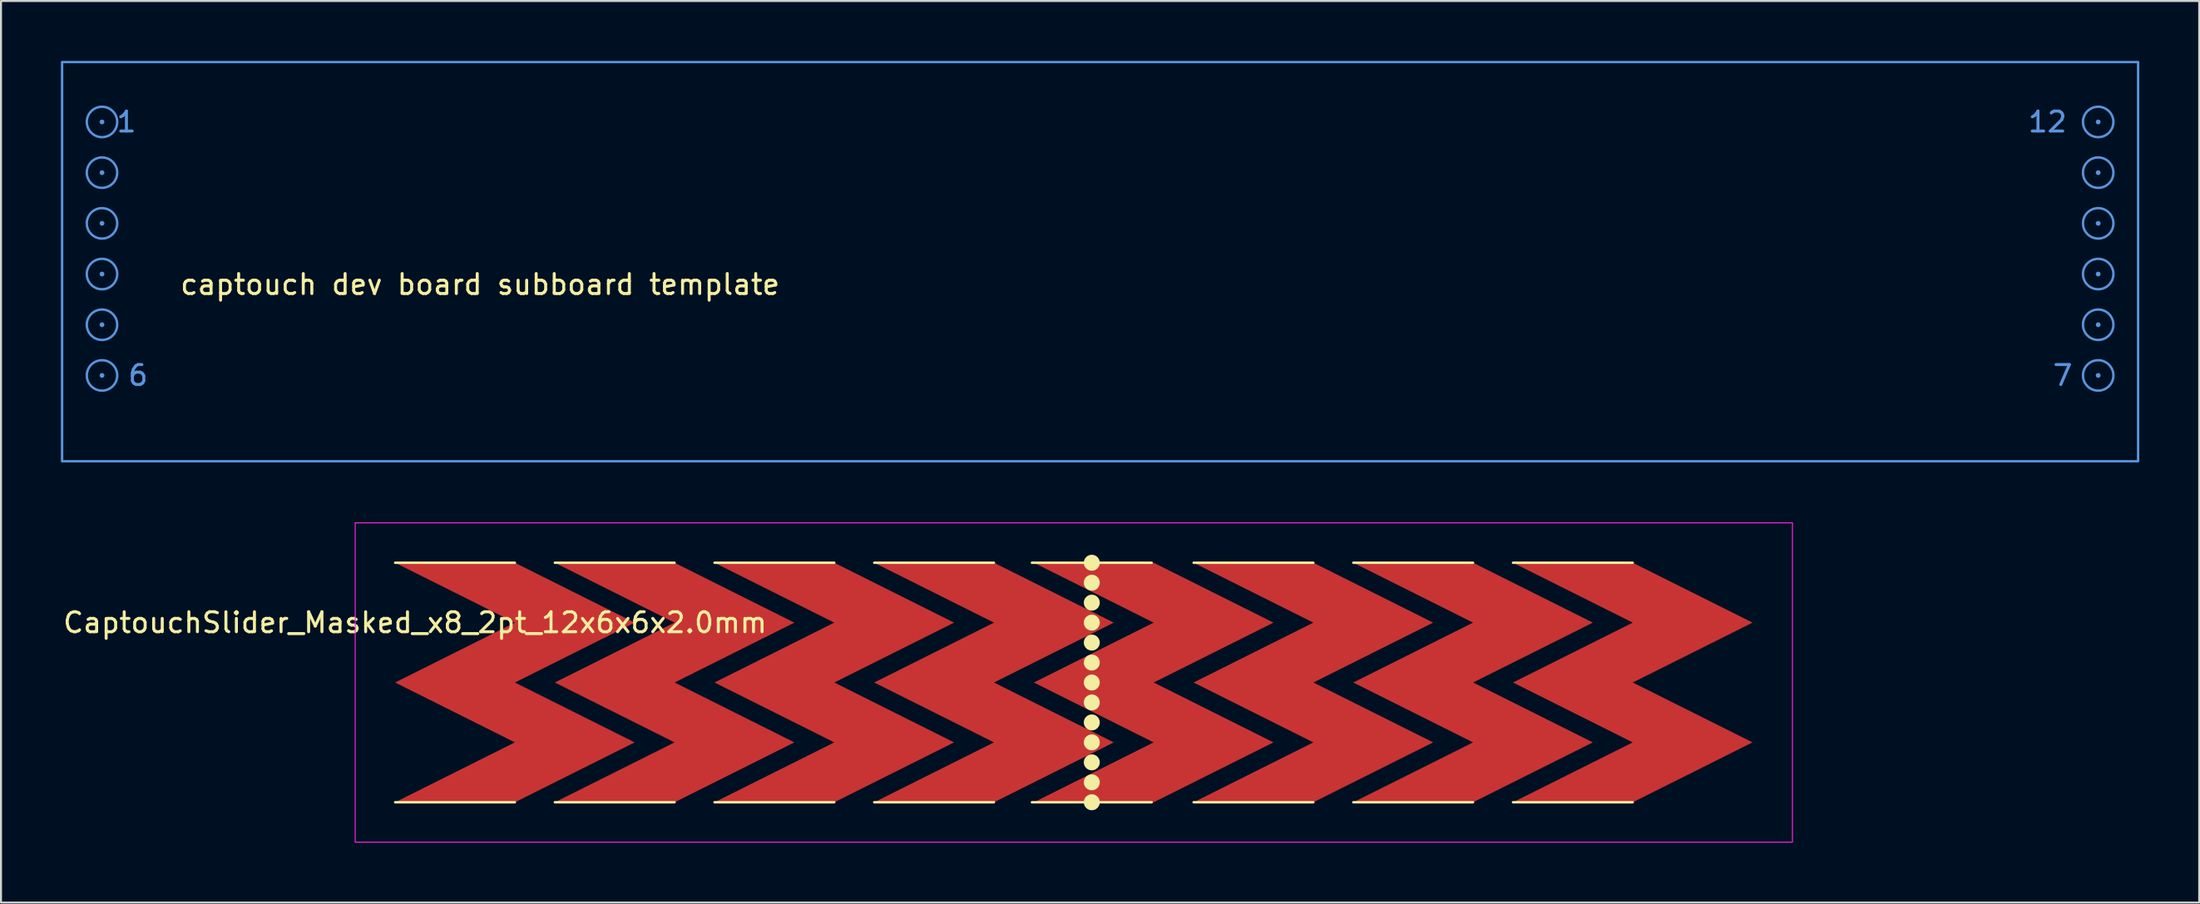
<source format=kicad_pcb>
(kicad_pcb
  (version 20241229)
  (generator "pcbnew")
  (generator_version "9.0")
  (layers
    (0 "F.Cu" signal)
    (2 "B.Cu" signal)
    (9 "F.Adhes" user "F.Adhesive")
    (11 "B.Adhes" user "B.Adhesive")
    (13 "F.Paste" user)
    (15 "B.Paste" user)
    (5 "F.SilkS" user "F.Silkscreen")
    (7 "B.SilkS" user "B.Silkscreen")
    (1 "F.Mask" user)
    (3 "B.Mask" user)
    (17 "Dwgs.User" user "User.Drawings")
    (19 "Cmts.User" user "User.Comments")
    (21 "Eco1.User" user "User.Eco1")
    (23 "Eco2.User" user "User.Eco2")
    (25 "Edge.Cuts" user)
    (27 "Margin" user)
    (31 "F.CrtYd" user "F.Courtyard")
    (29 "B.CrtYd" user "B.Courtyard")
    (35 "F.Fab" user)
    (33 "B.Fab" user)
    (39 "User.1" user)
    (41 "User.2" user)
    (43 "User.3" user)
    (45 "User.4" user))
  (footprint "captouch dev board subboard template"
    (layer "F.Cu")
    (at 2.06 3.06)
    (property "Reference" "captouch dev board subboard template" (at 18.94 8.14 0) (unlocked yes) (layer "F.SilkS") (effects (font (size 1 1) (thickness 0.15))))
    (attr smd)
    (fp_rect (start -2 -3) (end 102 17) (stroke (width 0.12) (type solid)) (fill no) (layer "Cmts.User"))
    (fp_circle (center 0 0) (end 0 0) (stroke (width 0.12) (type solid)) (fill no) (layer "Cmts.User"))
    (fp_circle (center 0 0) (end 0.762 0) (stroke (width 0.12) (type solid)) (fill no) (layer "Cmts.User"))
    (fp_circle (center 0 2.54) (end 0 2.54) (stroke (width 0.12) (type solid)) (fill no) (layer "Cmts.User"))
    (fp_circle (center 0 2.54) (end 0.762 2.54) (stroke (width 0.12) (type solid)) (fill no) (layer "Cmts.User"))
    (fp_circle (center 0 5.08) (end 0 5.08) (stroke (width 0.12) (type solid)) (fill no) (layer "Cmts.User"))
    (fp_circle (center 0 5.08) (end 0.762 5.08) (stroke (width 0.12) (type solid)) (fill no) (layer "Cmts.User"))
    (fp_circle (center 0 7.62) (end 0 7.62) (stroke (width 0.12) (type solid)) (fill no) (layer "Cmts.User"))
    (fp_circle (center 0 7.62) (end 0.762 7.62) (stroke (width 0.12) (type solid)) (fill no) (layer "Cmts.User"))
    (fp_circle (center 0 10.16) (end 0 10.16) (stroke (width 0.12) (type solid)) (fill no) (layer "Cmts.User"))
    (fp_circle (center 0 10.16) (end 0.762 10.16) (stroke (width 0.12) (type solid)) (fill no) (layer "Cmts.User"))
    (fp_circle (center 0 12.7) (end 0 12.7) (stroke (width 0.12) (type solid)) (fill no) (layer "Cmts.User"))
    (fp_circle (center 0 12.7) (end 0.762 12.7) (stroke (width 0.12) (type solid)) (fill no) (layer "Cmts.User"))
    (fp_circle (center 100 0) (end 100 0) (stroke (width 0.12) (type solid)) (fill no) (layer "Cmts.User"))
    (fp_circle (center 100 0) (end 100.762 0) (stroke (width 0.12) (type solid)) (fill no) (layer "Cmts.User"))
    (fp_circle (center 100 2.54) (end 100 2.54) (stroke (width 0.12) (type solid)) (fill no) (layer "Cmts.User"))
    (fp_circle (center 100 2.54) (end 100.762 2.54) (stroke (width 0.12) (type solid)) (fill no) (layer "Cmts.User"))
    (fp_circle (center 100 5.08) (end 100 5.08) (stroke (width 0.12) (type solid)) (fill no) (layer "Cmts.User"))
    (fp_circle (center 100 5.08) (end 100.762 5.08) (stroke (width 0.12) (type solid)) (fill no) (layer "Cmts.User"))
    (fp_circle (center 100 7.62) (end 100 7.62) (stroke (width 0.12) (type solid)) (fill no) (layer "Cmts.User"))
    (fp_circle (center 100 7.62) (end 100.762 7.62) (stroke (width 0.12) (type solid)) (fill no) (layer "Cmts.User"))
    (fp_circle (center 100 10.16) (end 100 10.16) (stroke (width 0.12) (type solid)) (fill no) (layer "Cmts.User"))
    (fp_circle (center 100 10.16) (end 100.762 10.16) (stroke (width 0.12) (type solid)) (fill no) (layer "Cmts.User"))
    (fp_circle (center 100 12.7) (end 100 12.7) (stroke (width 0.12) (type solid)) (fill no) (layer "Cmts.User"))
    (fp_circle (center 100 12.7) (end 100.762 12.7) (stroke (width 0.12) (type solid)) (fill no) (layer "Cmts.User"))
    (fp_text user "7" (at 98.222 12.7 0) (unlocked yes) (layer "Cmts.User") (effects (font (size 1 1) (thickness 0.15))))
    (fp_text user "12" (at 97.46 0 0) (unlocked yes) (layer "Cmts.User") (effects (font (size 1 1) (thickness 0.15))))
    (fp_text user "6" (at 1.808 12.7 0) (unlocked yes) (layer "Cmts.User") (effects (font (size 1 1) (thickness 0.15))))
    (fp_text user "1" (at 1.224 0 0) (unlocked yes) (layer "Cmts.User") (effects (font (size 1 1) (thickness 0.15)))))
  (footprint "CaptouchSlider_Masked_x8_2pt_12x6x6x2.0mm"
    (layer "F.Cu")
    (at 16.744 33.145)
    (property "Reference" "CaptouchSlider_Masked_x8_2pt_12x6x6x2.0mm" (at 1 -5 0) (layer "F.SilkS") (effects (font (size 1 1) (thickness 0.15))))
    (attr exclude_from_pos_files exclude_from_bom)
    (fp_line (start 0 -8) (end 6 -8) (stroke (width 0.12) (type solid)) (layer "F.SilkS"))
    (fp_line (start 0 4) (end 6 4) (stroke (width 0.12) (type solid)) (layer "F.SilkS"))
    (fp_line (start 8 -8) (end 14 -8) (stroke (width 0.12) (type solid)) (layer "F.SilkS"))
    (fp_line (start 8 4) (end 14 4) (stroke (width 0.12) (type solid)) (layer "F.SilkS"))
    (fp_line (start 16 -8) (end 22 -8) (stroke (width 0.12) (type solid)) (layer "F.SilkS"))
    (fp_line (start 16 4) (end 22 4) (stroke (width 0.12) (type solid)) (layer "F.SilkS"))
    (fp_line (start 24 -8) (end 30 -8) (stroke (width 0.12) (type solid)) (layer "F.SilkS"))
    (fp_line (start 24 4) (end 30 4) (stroke (width 0.12) (type solid)) (layer "F.SilkS"))
    (fp_line (start 31.9 -8) (end 37.9 -8) (stroke (width 0.12) (type solid)) (layer "F.SilkS"))
    (fp_line (start 31.9 4) (end 37.9 4) (stroke (width 0.12) (type solid)) (layer "F.SilkS"))
    (fp_line (start 40 -8) (end 46 -8) (stroke (width 0.12) (type solid)) (layer "F.SilkS"))
    (fp_line (start 40 4) (end 46 4) (stroke (width 0.12) (type solid)) (layer "F.SilkS"))
    (fp_line (start 48 -8) (end 54 -8) (stroke (width 0.12) (type solid)) (layer "F.SilkS"))
    (fp_line (start 48 4) (end 54 4) (stroke (width 0.12) (type solid)) (layer "F.SilkS"))
    (fp_line (start 56 -8) (end 62 -8) (stroke (width 0.12) (type solid)) (layer "F.SilkS"))
    (fp_line (start 56 4) (end 62 4) (stroke (width 0.12) (type solid)) (layer "F.SilkS"))
    (fp_circle (center 34.9 -8) (end 35.3 -8) (stroke (width 0) (type solid)) (fill yes) (layer "F.SilkS"))
    (fp_circle (center 34.9 -7) (end 35.3 -7) (stroke (width 0) (type solid)) (fill yes) (layer "F.SilkS"))
    (fp_circle (center 34.9 -6) (end 35.3 -6) (stroke (width 0) (type solid)) (fill yes) (layer "F.SilkS"))
    (fp_circle (center 34.9 -5) (end 35.3 -5) (stroke (width 0) (type solid)) (fill yes) (layer "F.SilkS"))
    (fp_circle (center 34.9 -4) (end 35.3 -4) (stroke (width 0) (type solid)) (fill yes) (layer "F.SilkS"))
    (fp_circle (center 34.9 -3) (end 35.3 -3) (stroke (width 0) (type solid)) (fill yes) (layer "F.SilkS"))
    (fp_circle (center 34.9 -2) (end 35.3 -2) (stroke (width 0) (type solid)) (fill yes) (layer "F.SilkS"))
    (fp_circle (center 34.9 -1) (end 35.3 -1) (stroke (width 0) (type solid)) (fill yes) (layer "F.SilkS"))
    (fp_circle (center 34.9 0) (end 35.3 0) (stroke (width 0) (type solid)) (fill yes) (layer "F.SilkS"))
    (fp_circle (center 34.9 1) (end 35.3 1) (stroke (width 0) (type solid)) (fill yes) (layer "F.SilkS"))
    (fp_circle (center 34.9 2) (end 35.3 2) (stroke (width 0) (type solid)) (fill yes) (layer "F.SilkS"))
    (fp_circle (center 34.9 3) (end 35.3 3) (stroke (width 0) (type solid)) (fill yes) (layer "F.SilkS"))
    (fp_circle (center 34.9 4) (end 35.3 4) (stroke (width 0) (type solid)) (fill yes) (layer "F.SilkS"))
    (fp_rect (start -2 -10) (end 70 6) (stroke (width 0.05) (type solid)) (fill no) (layer "F.CrtYd"))
    (pad "1" smd custom (at 12.5 -2) (size 1.8 1.8) (layers "F.Cu") (options (anchor circle)) (primitives (gr_poly (pts (xy 7.5 -3) (xy 1.5 0) (xy 7.5 3) (xy 1.5 6) (xy -4.5 6) (xy 1.5 3) (xy -4.5 0) (xy 1.5 -3) (xy -4.5 -6) (xy 1.5 -6)) (width 0) (fill yes))))
    (pad "2" smd custom (at 20.5 -2) (size 1.8 1.8) (layers "F.Cu") (options (anchor circle)) (primitives (gr_poly (pts (xy 7.5 -3) (xy 1.5 0) (xy 7.5 3) (xy 1.5 6) (xy -4.5 6) (xy 1.5 3) (xy -4.5 0) (xy 1.5 -3) (xy -4.5 -6) (xy 1.5 -6)) (width 0) (fill yes))))
    (pad "3" smd custom (at 28.5 -2) (size 1.8 1.8) (layers "F.Cu") (options (anchor circle)) (primitives (gr_poly (pts (xy 7.5 -3) (xy 1.5 0) (xy 7.5 3) (xy 1.5 6) (xy -4.5 6) (xy 1.5 3) (xy -4.5 0) (xy 1.5 -3) (xy -4.5 -6) (xy 1.5 -6)) (width 0) (fill yes))))
    (pad "4" smd custom (at 36.5 -2) (size 1.8 1.8) (layers "F.Cu") (options (anchor circle)) (primitives (gr_poly (pts (xy 7.5 -3) (xy 1.5 0) (xy 7.5 3) (xy 1.5 6) (xy -4.5 6) (xy 1.5 3) (xy -4.5 0) (xy 1.5 -3) (xy -4.5 -6) (xy 1.5 -6)) (width 0) (fill yes))))
    (pad "5" smd custom (at 44.5 -2) (size 1.8 1.8) (layers "F.Cu") (options (anchor circle)) (primitives (gr_poly (pts (xy 7.5 -3) (xy 1.5 0) (xy 7.5 3) (xy 1.5 6) (xy -4.5 6) (xy 1.5 3) (xy -4.5 0) (xy 1.5 -3) (xy -4.5 -6) (xy 1.5 -6)) (width 0) (fill yes))))
    (pad "6" smd custom (at 52.5 -2) (size 1.8 1.8) (layers "F.Cu") (options (anchor circle)) (primitives (gr_poly (pts (xy 7.5 -3) (xy 1.5 0) (xy 7.5 3) (xy 1.5 6) (xy -4.5 6) (xy 1.5 3) (xy -4.5 0) (xy 1.5 -3) (xy -4.5 -6) (xy 1.5 -6)) (width 0) (fill yes))))
    (pad "7" smd custom (at 60.5 -2) (size 1.8 1.8) (layers "F.Cu") (options (anchor circle)) (primitives (gr_poly (pts (xy 7.5 -3) (xy 1.5 0) (xy 7.5 3) (xy 1.5 6) (xy -4.5 6) (xy 1.5 3) (xy -4.5 0) (xy 1.5 -3) (xy -4.5 -6) (xy 1.5 -6)) (width 0) (fill yes))))
    (pad "8" smd custom (at 4.5 -2) (size 1.8 1.8) (layers "F.Cu") (options (anchor circle)) (primitives (gr_poly (pts (xy 7.5 -3) (xy 1.5 0) (xy 7.5 3) (xy 1.5 6) (xy -4.5 6) (xy 1.5 3) (xy -4.5 0) (xy 1.5 -3) (xy -4.5 -6) (xy 1.5 -6)) (width 0) (fill yes))))
    (zone (net_name "") (layers "F.Cu" "B.Cu") (hatch edge 0.508) (connect_pads) (min_thickness 0.254) (filled_areas_thickness no) (keepout (tracks not_allowed) (vias not_allowed) (pads not_allowed) (copperpour not_allowed) (footprints not_allowed)) (placement (enabled no)) (fill) (polygon (pts (xy 22.744 28.145) (xy 16.744 31.145) (xy 22.744 34.145) (xy 16.744 37.145) (xy 14.744 37.145) (xy 20.744 34.145) (xy 14.744 31.145) (xy 20.744 28.145) (xy 14.744 25.145) (xy 16.744 25.145))))
    (zone (net_name "") (layers "F.Cu" "B.Cu") (hatch edge 0.508) (connect_pads) (min_thickness 0.254) (filled_areas_thickness no) (keepout (tracks not_allowed) (vias not_allowed) (pads not_allowed) (copperpour not_allowed) (footprints not_allowed)) (placement (enabled no)) (fill) (polygon (pts (xy 30.744 28.145) (xy 24.744 31.145) (xy 30.744 34.145) (xy 24.744 37.145) (xy 22.744 37.145) (xy 28.744 34.145) (xy 22.744 31.145) (xy 28.744 28.145) (xy 22.744 25.145) (xy 24.744 25.145))))
    (zone (net_name "") (layers "F.Cu" "B.Cu") (hatch edge 0.508) (connect_pads) (min_thickness 0.254) (filled_areas_thickness no) (keepout (tracks not_allowed) (vias not_allowed) (pads not_allowed) (copperpour not_allowed) (footprints not_allowed)) (placement (enabled no)) (fill) (polygon (pts (xy 38.744 28.145) (xy 32.744 31.145) (xy 38.744 34.145) (xy 32.744 37.145) (xy 30.744 37.145) (xy 36.744 34.145) (xy 30.744 31.145) (xy 36.744 28.145) (xy 30.744 25.145) (xy 32.744 25.145))))
    (zone (net_name "") (layers "F.Cu" "B.Cu") (hatch edge 0.508) (connect_pads) (min_thickness 0.254) (filled_areas_thickness no) (keepout (tracks not_allowed) (vias not_allowed) (pads not_allowed) (copperpour not_allowed) (footprints not_allowed)) (placement (enabled no)) (fill) (polygon (pts (xy 46.744 28.145) (xy 40.744 31.145) (xy 46.744 34.145) (xy 40.744 37.145) (xy 38.744 37.145) (xy 44.744 34.145) (xy 38.744 31.145) (xy 44.744 28.145) (xy 38.744 25.145) (xy 40.744 25.145))))
    (zone (net_name "") (layers "F.Cu" "B.Cu") (hatch edge 0.508) (connect_pads) (min_thickness 0.254) (filled_areas_thickness no) (keepout (tracks not_allowed) (vias not_allowed) (pads not_allowed) (copperpour not_allowed) (footprints not_allowed)) (placement (enabled no)) (fill) (polygon (pts (xy 54.744 28.145) (xy 48.744 31.145) (xy 54.744 34.145) (xy 48.744 37.145) (xy 46.744 37.145) (xy 52.744 34.145) (xy 46.744 31.145) (xy 52.744 28.145) (xy 46.744 25.145) (xy 48.744 25.145))))
    (zone (net_name "") (layers "F.Cu" "B.Cu") (hatch edge 0.508) (connect_pads) (min_thickness 0.254) (filled_areas_thickness no) (keepout (tracks not_allowed) (vias not_allowed) (pads not_allowed) (copperpour not_allowed) (footprints not_allowed)) (placement (enabled no)) (fill) (polygon (pts (xy 62.744 28.145) (xy 56.744 31.145) (xy 62.744 34.145) (xy 56.744 37.145) (xy 54.744 37.145) (xy 60.744 34.145) (xy 54.744 31.145) (xy 60.744 28.145) (xy 54.744 25.145) (xy 56.744 25.145))))
    (zone (net_name "") (layers "F.Cu" "B.Cu") (hatch edge 0.508) (connect_pads) (min_thickness 0.254) (filled_areas_thickness no) (keepout (tracks not_allowed) (vias not_allowed) (pads not_allowed) (copperpour not_allowed) (footprints not_allowed)) (placement (enabled no)) (fill) (polygon (pts (xy 70.744 28.145) (xy 64.744 31.145) (xy 70.744 34.145) (xy 64.744 37.145) (xy 62.744 37.145) (xy 68.744 34.145) (xy 62.744 31.145) (xy 68.744 28.145) (xy 62.744 25.145) (xy 64.744 25.145))))
    (zone (net_name "") (layers "F.Cu" "B.Cu") (hatch edge 0.508) (connect_pads) (min_thickness 0.254) (filled_areas_thickness no) (keepout (tracks not_allowed) (vias not_allowed) (pads not_allowed) (copperpour not_allowed) (footprints not_allowed)) (placement (enabled no)) (fill) (polygon (pts (xy 78.744 28.145) (xy 72.744 31.145) (xy 78.744 34.145) (xy 72.744 37.145) (xy 70.744 37.145) (xy 76.744 34.145) (xy 70.744 31.145) (xy 76.744 28.145) (xy 70.744 25.145) (xy 72.744 25.145))))
    (zone (net_name "") (layers "F.Cu" "B.Cu") (hatch edge 0.508) (connect_pads) (min_thickness 0.254) (filled_areas_thickness no) (keepout (tracks not_allowed) (vias not_allowed) (pads not_allowed) (copperpour not_allowed) (footprints not_allowed)) (placement (enabled no)) (fill) (polygon (pts (xy 86.744 28.145) (xy 80.744 31.145) (xy 86.744 34.145) (xy 80.744 37.145) (xy 78.744 37.145) (xy 84.744 34.145) (xy 78.744 31.145) (xy 84.744 28.145) (xy 78.744 25.145) (xy 80.744 25.145)))))
  (gr_rect
    (start -3 -3)
    (end 107.12 42.17)
    (stroke (width 0.1) (type default))
    (fill no)
    (layer "Edge.Cuts")))
</source>
